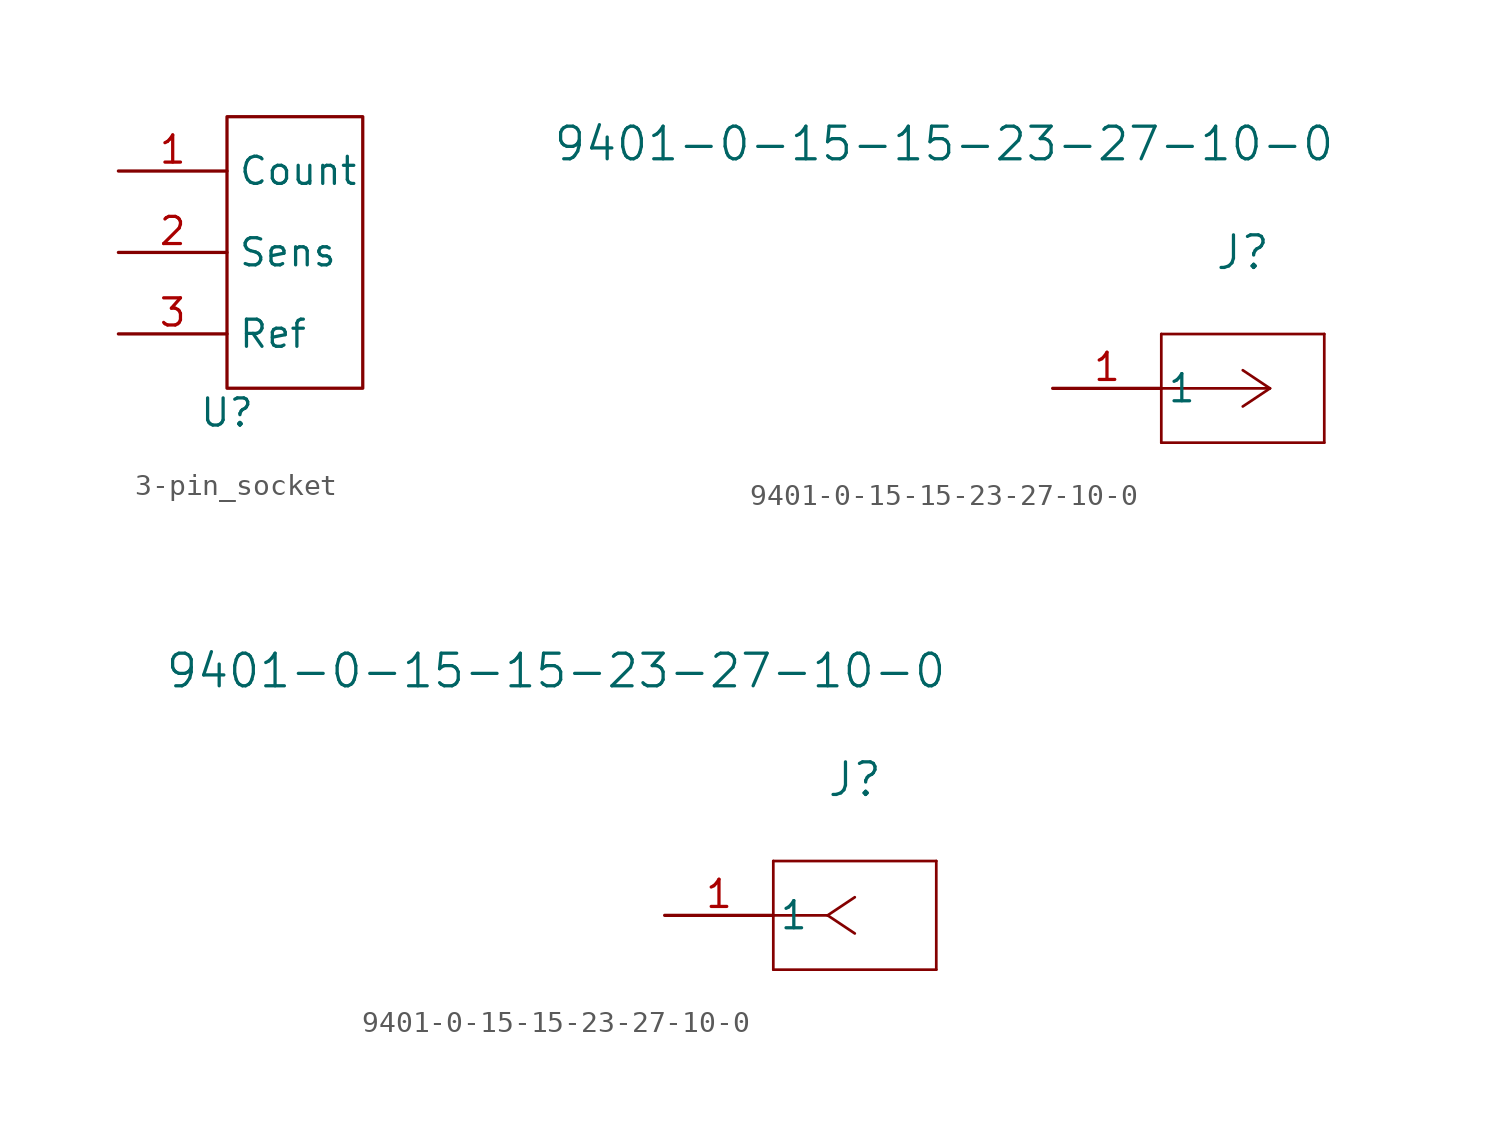
<source format=kicad_sym>
(kicad_symbol_lib
  (version 20220914)
  (generator kicad_symbol_editor)
  (symbol "3-pin_socket"
    (property "Reference" "U"
      (at 0 -1.143 0)
      (effects (font (size 1.27 1.27))))
    (property "Value" ""
      (at 0 0 0)
      (effects (font (size 1.27 1.27))))
    (symbol "3-pin_socket_0_1"
      (rectangle (start 0 12.7) (end 6.35 0) (stroke (width 0) (type default)) (fill (type none))))
    (symbol "3-pin_socket_1_1"
      (pin passive line (at -5.08 10.16 0) (length 5.08) (name "Count" (effects (font (size 1.27 1.27)))) (number "1" (effects (font (size 1.27 1.27)))))
      (pin passive line (at -5.08 6.35 0) (length 5.08) (name "Sens" (effects (font (size 1.27 1.27)))) (number "2" (effects (font (size 1.27 1.27)))))
      (pin passive line (at -5.08 2.54 0) (length 5.08) (name "Ref" (effects (font (size 1.27 1.27)))) (number "3" (effects (font (size 1.27 1.27)))))))
  (symbol "9401-0-15-15-23-27-10-0"
    (pin_names
      (offset 0.254))
    (property "Reference" "J"
      (at 8.89 6.35 0)
      (effects (font (size 1.524 1.524))))
    (property "Value" "9401-0-15-15-23-27-10-0"
      (at -5.08 11.43 0)
      (effects (font (size 1.524 1.524))))
    (property "ki_locked" ""
      (at 0 0 0)
      (effects (font (size 1.27 1.27))))
    (symbol "9401-0-15-15-23-27-10-0_1_1"
      (polyline (pts (xy 5.08 -2.54) (xy 12.7 -2.54)) (stroke (width 0.127) (type default)) (fill (type none)))
      (polyline (pts (xy 5.08 2.54) (xy 5.08 -2.54)) (stroke (width 0.127) (type default)) (fill (type none)))
      (polyline (pts (xy 10.16 0) (xy 5.08 0)) (stroke (width 0.127) (type default)) (fill (type none)))
      (polyline (pts (xy 10.16 0) (xy 8.89 -0.847)) (stroke (width 0.127) (type default)) (fill (type none)))
      (polyline (pts (xy 10.16 0) (xy 8.89 0.847)) (stroke (width 0.127) (type default)) (fill (type none)))
      (polyline (pts (xy 12.7 -2.54) (xy 12.7 2.54)) (stroke (width 0.127) (type default)) (fill (type none)))
      (polyline (pts (xy 12.7 2.54) (xy 5.08 2.54)) (stroke (width 0.127) (type default)) (fill (type none)))
      (pin passive line (at 0 0 0) (length 5.08) (name "1" (effects (font (size 1.27 1.27)))) (number "1" (effects (font (size 1.27 1.27))))))
    (symbol "9401-0-15-15-23-27-10-0_1_2"
      (polyline (pts (xy 5.08 -2.54) (xy 12.7 -2.54)) (stroke (width 0.127) (type default)) (fill (type none)))
      (polyline (pts (xy 5.08 2.54) (xy 5.08 -2.54)) (stroke (width 0.127) (type default)) (fill (type none)))
      (polyline (pts (xy 7.62 0) (xy 5.08 0)) (stroke (width 0.127) (type default)) (fill (type none)))
      (polyline (pts (xy 7.62 0) (xy 8.89 -0.847)) (stroke (width 0.127) (type default)) (fill (type none)))
      (polyline (pts (xy 7.62 0) (xy 8.89 0.847)) (stroke (width 0.127) (type default)) (fill (type none)))
      (polyline (pts (xy 12.7 -2.54) (xy 12.7 2.54)) (stroke (width 0.127) (type default)) (fill (type none)))
      (polyline (pts (xy 12.7 2.54) (xy 5.08 2.54)) (stroke (width 0.127) (type default)) (fill (type none)))
      (pin unspecified line (at 0 0 0) (length 5.08) (name "1" (effects (font (size 1.27 1.27)))) (number "1" (effects (font (size 1.27 1.27))))))))
</source>
